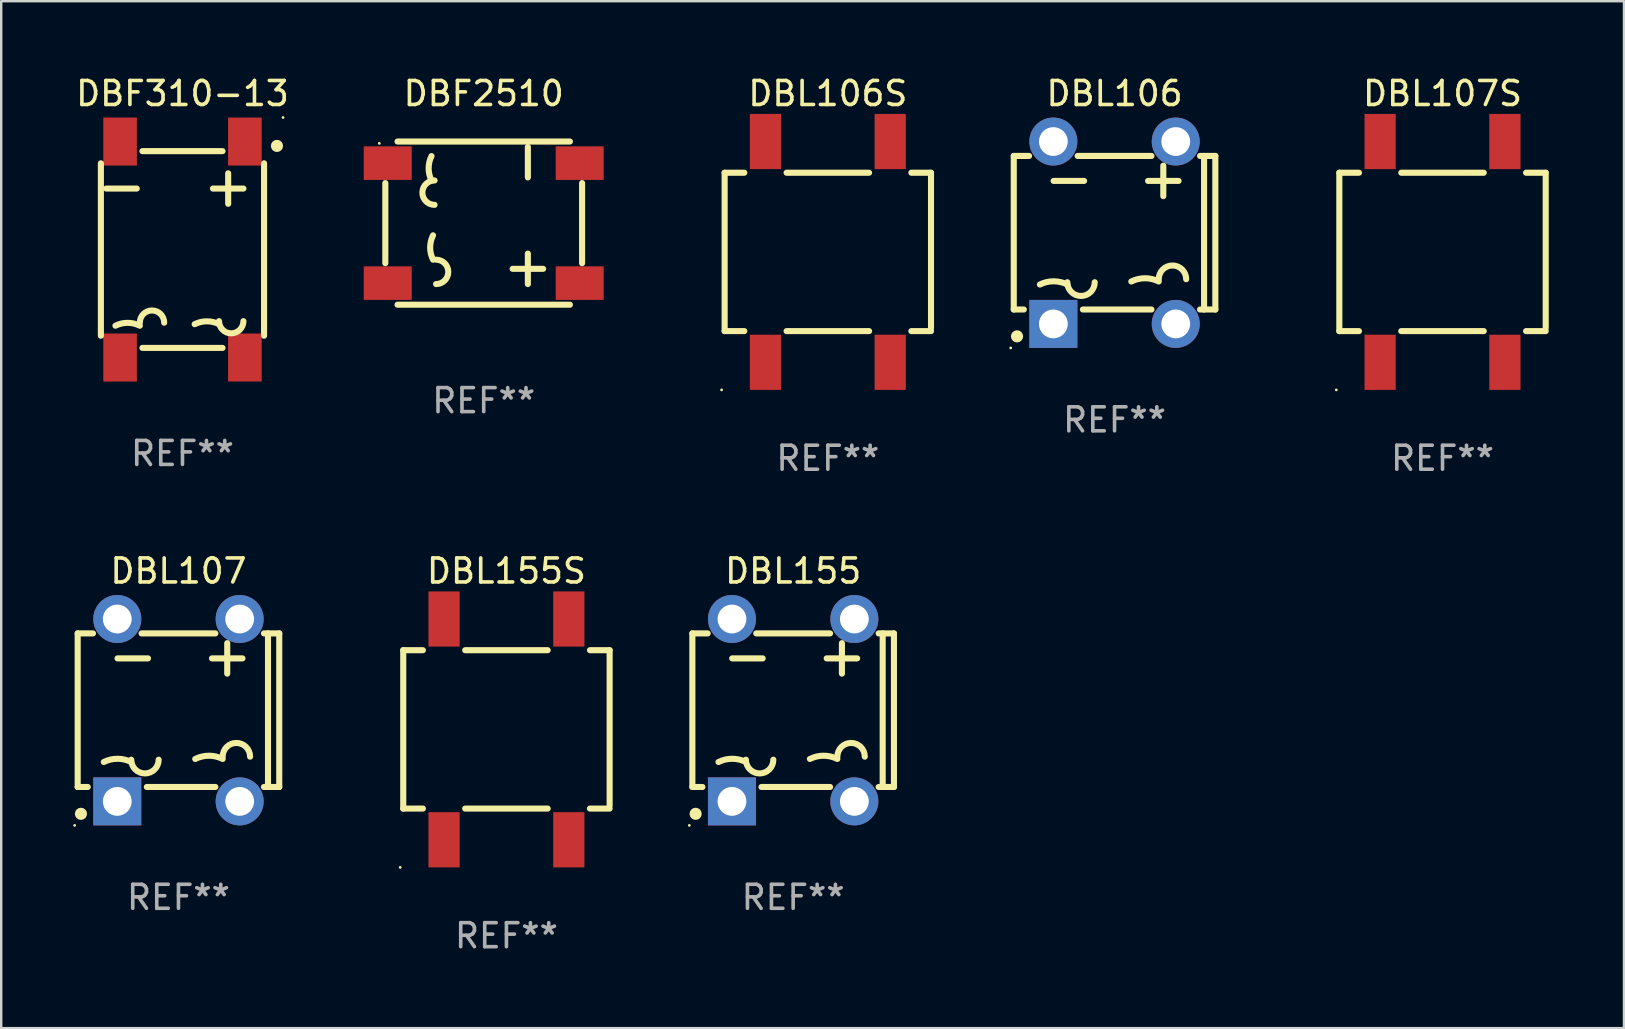
<source format=kicad_pcb>
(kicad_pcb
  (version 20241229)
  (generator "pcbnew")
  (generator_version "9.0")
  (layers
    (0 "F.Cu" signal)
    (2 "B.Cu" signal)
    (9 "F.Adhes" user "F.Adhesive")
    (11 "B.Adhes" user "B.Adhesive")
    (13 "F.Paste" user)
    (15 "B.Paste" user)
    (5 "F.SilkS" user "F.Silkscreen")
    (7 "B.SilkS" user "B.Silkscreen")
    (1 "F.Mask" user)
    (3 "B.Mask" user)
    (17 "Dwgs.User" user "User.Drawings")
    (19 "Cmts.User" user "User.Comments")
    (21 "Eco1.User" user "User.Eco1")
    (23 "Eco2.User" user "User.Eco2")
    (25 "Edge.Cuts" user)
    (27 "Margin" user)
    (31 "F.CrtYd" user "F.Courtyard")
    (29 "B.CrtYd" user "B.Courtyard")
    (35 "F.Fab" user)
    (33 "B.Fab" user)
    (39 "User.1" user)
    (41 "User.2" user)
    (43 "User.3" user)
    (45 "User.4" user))
  (footprint "DBF310-13"
    (layer "F.Cu")
    (at 4.554 7.348)
    (property "Reference" "DBF310-13" (at 0 -6.5 0) (layer "F.SilkS") (effects (font (size 1 1) (thickness 0.15))))
    (attr through_hole)
    (fp_line (start -3.4 3.592) (end -3.4 -3.592) (stroke (width 0.254) (type solid)) (layer "F.SilkS"))
    (fp_line (start -3.175 -2.54) (end -1.905 -2.54) (stroke (width 0.254) (type solid)) (layer "F.SilkS"))
    (fp_line (start -1.669 -4.1) (end 1.669 -4.1) (stroke (width 0.254) (type solid)) (layer "F.SilkS"))
    (fp_line (start -1.669 4.1) (end 1.669 4.1) (stroke (width 0.254) (type solid)) (layer "F.SilkS"))
    (fp_line (start 1.27 -2.54) (end 2.54 -2.54) (stroke (width 0.254) (type solid)) (layer "F.SilkS"))
    (fp_line (start 1.905 -1.905) (end 1.905 -3.175) (stroke (width 0.254) (type solid)) (layer "F.SilkS"))
    (fp_line (start 3.4 3.592) (end 3.4 -3.592) (stroke (width 0.254) (type solid)) (layer "F.SilkS"))
    (fp_arc (start -2.794006 3.175006) (mid -2.286005 3.055083) (end -1.778004 3.175006) (stroke (width 0.254001) (type solid)) (layer "F.SilkS"))
    (fp_arc (start -1.778004 3.048006) (mid -1.270003 2.540005) (end -0.762002 3.048006) (stroke (width 0.254001) (type solid)) (layer "F.SilkS"))
    (fp_arc (start 0.508001 3.111506) (mid 1.016002 2.991583) (end 1.524003 3.111506) (stroke (width 0.254001) (type solid)) (layer "F.SilkS"))
    (fp_arc (start 2.540005 2.984506) (mid 2.032004 3.492507) (end 1.524003 2.984506) (stroke (width 0.254001) (type solid)) (layer "F.SilkS"))
    (fp_circle (center 3.937 -4.318) (end 4.064 -4.318) (stroke (width 0.254) (type solid)) (fill no) (layer "F.SilkS"))
    (fp_circle (center 4.191 -5.5) (end 4.221 -5.5) (stroke (width 0.06) (type solid)) (fill no) (layer "F.SilkS"))
    (fp_text user "REF**" (at 0 8.5 0) (layer "F.Fab") (effects (font (size 1 1) (thickness 0.15))))
    (pad "1" smd rect (at 2.6 -4.5 90) (size 2 1.4) (layers "F.Cu" "F.Mask" "F.Paste"))
    (pad "2" smd rect (at 2.6 4.5 90) (size 2 1.4) (layers "F.Cu" "F.Mask" "F.Paste"))
    (pad "3" smd rect (at -2.6 -4.5 90) (size 2 1.4) (layers "F.Cu" "F.Mask" "F.Paste"))
    (pad "4" smd rect (at -2.6 4.5 90) (size 2 1.4) (layers "F.Cu" "F.Mask" "F.Paste")))
  (footprint "DBL107"
    (layer "F.Cu")
    (at 4.387 26.545)
    (property "Reference" "DBL107" (at 0 -5.8 0) (layer "F.SilkS") (effects (font (size 1 1) (thickness 0.15))))
    (attr through_hole)
    (fp_line (start -4.2 -3.2) (end -4.2 3.2) (stroke (width 0.254) (type solid)) (layer "F.SilkS"))
    (fp_line (start -4.2 -3.2) (end -3.562 -3.2) (stroke (width 0.254) (type solid)) (layer "F.SilkS"))
    (fp_line (start -4.2 3.2) (end -3.781 3.2) (stroke (width 0.254) (type solid)) (layer "F.SilkS"))
    (fp_line (start -2.54 -2.159) (end -1.27 -2.159) (stroke (width 0.254) (type solid)) (layer "F.SilkS"))
    (fp_line (start -1.538 -3.2) (end 1.538 -3.2) (stroke (width 0.254) (type solid)) (layer "F.SilkS"))
    (fp_line (start -1.319 3.2) (end 1.538 3.2) (stroke (width 0.254) (type solid)) (layer "F.SilkS"))
    (fp_line (start 1.397 -2.159) (end 2.667 -2.159) (stroke (width 0.254) (type solid)) (layer "F.SilkS"))
    (fp_line (start 2.032 -1.524) (end 2.032 -2.794) (stroke (width 0.254) (type solid)) (layer "F.SilkS"))
    (fp_line (start 3.562 3.2) (end 4.2 3.2) (stroke (width 0.254) (type solid)) (layer "F.SilkS"))
    (fp_line (start 3.562 -3.2) (end 4.2 -3.2) (stroke (width 0.254) (type solid)) (layer "F.SilkS"))
    (fp_line (start 3.731 -3.2) (end 3.731 3.2) (stroke (width 0.254) (type solid)) (layer "F.SilkS"))
    (fp_line (start 4.2 -3.2) (end 4.2 3.2) (stroke (width 0.254) (type solid)) (layer "F.SilkS"))
    (fp_arc (start -3.111506 2.158877) (mid -2.540005 2.023964) (end -1.968503 2.158877) (stroke (width 0.254001) (type solid)) (layer "F.SilkS"))
    (fp_arc (start -0.825502 2.063627) (mid -1.397003 2.635128) (end -1.968504 2.063627) (stroke (width 0.254001) (type solid)) (layer "F.SilkS"))
    (fp_arc (start 0.698501 2.031877) (mid 1.270002 1.896963) (end 1.841503 2.031876) (stroke (width 0.254001) (type solid)) (layer "F.SilkS"))
    (fp_arc (start 1.841504 1.936627) (mid 2.413005 1.365126) (end 2.984506 1.936627) (stroke (width 0.254001) (type solid)) (layer "F.SilkS"))
    (fp_circle (center -4.327 4.8) (end -4.297 4.8) (stroke (width 0.06) (type solid)) (fill no) (layer "F.SilkS"))
    (fp_circle (center -4.064 4.318) (end -3.937 4.318) (stroke (width 0.254) (type solid)) (fill no) (layer "F.SilkS"))
    (fp_text user "REF**" (at 0 7.8 0) (layer "F.Fab") (effects (font (size 1 1) (thickness 0.15))))
    (pad "1" thru_hole rect (at -2.55 3.8 90) (size 2 2) (drill 1.2) (layers "*.Cu" "*.Mask"))
    (pad "2" thru_hole circle (at 2.55 3.8) (size 2 2) (drill 1.2) (layers "*.Cu" "*.Mask"))
    (pad "3" thru_hole circle (at 2.55 -3.8) (size 2 2) (drill 1.2) (layers "*.Cu" "*.Mask"))
    (pad "4" thru_hole circle (at -2.55 -3.8) (size 2 2) (drill 1.2) (layers "*.Cu" "*.Mask")))
  (footprint "DBL106S"
    (layer "F.Cu")
    (at 31.447 7.448)
    (property "Reference" "DBL106S" (at 0 -6.6 0) (layer "F.SilkS") (effects (font (size 1 1) (thickness 0.15))))
    (attr through_hole)
    (fp_line (start -4.3 -3.3) (end -4.3 3.3) (stroke (width 0.254) (type solid)) (layer "F.SilkS"))
    (fp_line (start -4.3 -3.3) (end -3.481 -3.3) (stroke (width 0.254) (type solid)) (layer "F.SilkS"))
    (fp_line (start -4.3 3.3) (end -3.481 3.3) (stroke (width 0.254) (type solid)) (layer "F.SilkS"))
    (fp_line (start -1.719 -3.3) (end 1.719 -3.3) (stroke (width 0.254) (type solid)) (layer "F.SilkS"))
    (fp_line (start -1.719 3.3) (end 1.719 3.3) (stroke (width 0.254) (type solid)) (layer "F.SilkS"))
    (fp_line (start 3.481 -3.3) (end 4.3 -3.3) (stroke (width 0.254) (type solid)) (layer "F.SilkS"))
    (fp_line (start 3.481 3.3) (end 4.3 3.3) (stroke (width 0.254) (type solid)) (layer "F.SilkS"))
    (fp_line (start 4.3 -3.3) (end 4.3 3.175) (stroke (width 0.254) (type solid)) (layer "F.SilkS"))
    (fp_circle (center -4.427 5.75) (end -4.397 5.75) (stroke (width 0.06) (type solid)) (fill no) (layer "F.SilkS"))
    (fp_text user "&#126;" (at 1.651 2.741 0) (layer "B.Mask") (effects (font (size 1 1) (thickness 0.15))))
    (fp_text user "&#126;" (at -3.429 2.741 0) (layer "B.Mask") (effects (font (size 1 1) (thickness 0.15))))
    (fp_text user "-" (at -3.556 -1.092 0) (layer "B.Mask") (effects (font (size 1 1) (thickness 0.15))))
    (fp_text user "+" (at 2.032 -1.016 0) (layer "B.Mask") (effects (font (size 1 1) (thickness 0.15))))
    (fp_text user "REF**" (at 0 8.6 0) (layer "F.Fab") (effects (font (size 1 1) (thickness 0.15))))
    (pad "1" smd rect (at -2.6 4.6) (size 1.3 2.3) (layers "F.Cu" "F.Mask" "F.Paste"))
    (pad "2" smd rect (at 2.6 4.6) (size 1.3 2.3) (layers "F.Cu" "F.Mask" "F.Paste"))
    (pad "3" smd rect (at 2.6 -4.6) (size 1.3 2.3) (layers "F.Cu" "F.Mask" "F.Paste"))
    (pad "4" smd rect (at -2.6 -4.6) (size 1.3 2.3) (layers "F.Cu" "F.Mask" "F.Paste")))
  (footprint "DBL106"
    (layer "F.Cu")
    (at 43.395 6.648)
    (property "Reference" "DBL106" (at 0 -5.8 0) (layer "F.SilkS") (effects (font (size 1 1) (thickness 0.15))))
    (attr through_hole)
    (fp_line (start -4.2 -3.2) (end -4.2 3.2) (stroke (width 0.254) (type solid)) (layer "F.SilkS"))
    (fp_line (start -4.2 -3.2) (end -3.562 -3.2) (stroke (width 0.254) (type solid)) (layer "F.SilkS"))
    (fp_line (start -4.2 3.2) (end -3.781 3.2) (stroke (width 0.254) (type solid)) (layer "F.SilkS"))
    (fp_line (start -2.54 -2.159) (end -1.27 -2.159) (stroke (width 0.254) (type solid)) (layer "F.SilkS"))
    (fp_line (start -1.538 -3.2) (end 1.538 -3.2) (stroke (width 0.254) (type solid)) (layer "F.SilkS"))
    (fp_line (start -1.319 3.2) (end 1.538 3.2) (stroke (width 0.254) (type solid)) (layer "F.SilkS"))
    (fp_line (start 1.397 -2.159) (end 2.667 -2.159) (stroke (width 0.254) (type solid)) (layer "F.SilkS"))
    (fp_line (start 2.032 -1.524) (end 2.032 -2.794) (stroke (width 0.254) (type solid)) (layer "F.SilkS"))
    (fp_line (start 3.562 3.2) (end 4.2 3.2) (stroke (width 0.254) (type solid)) (layer "F.SilkS"))
    (fp_line (start 3.562 -3.2) (end 4.2 -3.2) (stroke (width 0.254) (type solid)) (layer "F.SilkS"))
    (fp_line (start 3.731 -3.2) (end 3.731 3.2) (stroke (width 0.254) (type solid)) (layer "F.SilkS"))
    (fp_line (start 4.2 -3.2) (end 4.2 3.2) (stroke (width 0.254) (type solid)) (layer "F.SilkS"))
    (fp_arc (start -3.111506 2.158877) (mid -2.540005 2.023964) (end -1.968503 2.158877) (stroke (width 0.254001) (type solid)) (layer "F.SilkS"))
    (fp_arc (start -0.825502 2.063627) (mid -1.397003 2.635128) (end -1.968504 2.063627) (stroke (width 0.254001) (type solid)) (layer "F.SilkS"))
    (fp_arc (start 0.698501 2.031877) (mid 1.270002 1.896963) (end 1.841503 2.031876) (stroke (width 0.254001) (type solid)) (layer "F.SilkS"))
    (fp_arc (start 1.841504 1.936627) (mid 2.413005 1.365126) (end 2.984506 1.936627) (stroke (width 0.254001) (type solid)) (layer "F.SilkS"))
    (fp_circle (center -4.327 4.8) (end -4.297 4.8) (stroke (width 0.06) (type solid)) (fill no) (layer "F.SilkS"))
    (fp_circle (center -4.064 4.318) (end -3.937 4.318) (stroke (width 0.254) (type solid)) (fill no) (layer "F.SilkS"))
    (fp_text user "REF**" (at 0 7.8 0) (layer "F.Fab") (effects (font (size 1 1) (thickness 0.15))))
    (pad "1" thru_hole rect (at -2.55 3.8 90) (size 2 2) (drill 1.2) (layers "*.Cu" "*.Mask"))
    (pad "2" thru_hole circle (at 2.55 3.8) (size 2 2) (drill 1.2) (layers "*.Cu" "*.Mask"))
    (pad "3" thru_hole circle (at 2.55 -3.8) (size 2 2) (drill 1.2) (layers "*.Cu" "*.Mask"))
    (pad "4" thru_hole circle (at -2.55 -3.8) (size 2 2) (drill 1.2) (layers "*.Cu" "*.Mask")))
  (footprint "DBL155"
    (layer "F.Cu")
    (at 30.002 26.545)
    (property "Reference" "DBL155" (at 0 -5.8 0) (layer "F.SilkS") (effects (font (size 1 1) (thickness 0.15))))
    (attr through_hole)
    (fp_line (start -4.2 -3.2) (end -4.2 3.2) (stroke (width 0.254) (type solid)) (layer "F.SilkS"))
    (fp_line (start -4.2 -3.2) (end -3.562 -3.2) (stroke (width 0.254) (type solid)) (layer "F.SilkS"))
    (fp_line (start -4.2 3.2) (end -3.781 3.2) (stroke (width 0.254) (type solid)) (layer "F.SilkS"))
    (fp_line (start -2.54 -2.159) (end -1.27 -2.159) (stroke (width 0.254) (type solid)) (layer "F.SilkS"))
    (fp_line (start -1.538 -3.2) (end 1.538 -3.2) (stroke (width 0.254) (type solid)) (layer "F.SilkS"))
    (fp_line (start -1.319 3.2) (end 1.538 3.2) (stroke (width 0.254) (type solid)) (layer "F.SilkS"))
    (fp_line (start 1.397 -2.159) (end 2.667 -2.159) (stroke (width 0.254) (type solid)) (layer "F.SilkS"))
    (fp_line (start 2.032 -1.524) (end 2.032 -2.794) (stroke (width 0.254) (type solid)) (layer "F.SilkS"))
    (fp_line (start 3.562 3.2) (end 4.2 3.2) (stroke (width 0.254) (type solid)) (layer "F.SilkS"))
    (fp_line (start 3.562 -3.2) (end 4.2 -3.2) (stroke (width 0.254) (type solid)) (layer "F.SilkS"))
    (fp_line (start 3.731 -3.2) (end 3.731 3.2) (stroke (width 0.254) (type solid)) (layer "F.SilkS"))
    (fp_line (start 4.2 -3.2) (end 4.2 3.2) (stroke (width 0.254) (type solid)) (layer "F.SilkS"))
    (fp_arc (start -3.111506 2.158877) (mid -2.540005 2.023964) (end -1.968503 2.158877) (stroke (width 0.254001) (type solid)) (layer "F.SilkS"))
    (fp_arc (start -0.825502 2.063627) (mid -1.397003 2.635128) (end -1.968504 2.063627) (stroke (width 0.254001) (type solid)) (layer "F.SilkS"))
    (fp_arc (start 0.698501 2.031877) (mid 1.270002 1.896963) (end 1.841503 2.031876) (stroke (width 0.254001) (type solid)) (layer "F.SilkS"))
    (fp_arc (start 1.841504 1.936627) (mid 2.413005 1.365126) (end 2.984506 1.936627) (stroke (width 0.254001) (type solid)) (layer "F.SilkS"))
    (fp_circle (center -4.327 4.8) (end -4.297 4.8) (stroke (width 0.06) (type solid)) (fill no) (layer "F.SilkS"))
    (fp_circle (center -4.064 4.318) (end -3.937 4.318) (stroke (width 0.254) (type solid)) (fill no) (layer "F.SilkS"))
    (fp_text user "REF**" (at 0 7.8 0) (layer "F.Fab") (effects (font (size 1 1) (thickness 0.15))))
    (pad "1" thru_hole rect (at -2.55 3.8 90) (size 2 2) (drill 1.2) (layers "*.Cu" "*.Mask"))
    (pad "2" thru_hole circle (at 2.55 3.8) (size 2 2) (drill 1.2) (layers "*.Cu" "*.Mask"))
    (pad "3" thru_hole circle (at 2.55 -3.8) (size 2 2) (drill 1.2) (layers "*.Cu" "*.Mask"))
    (pad "4" thru_hole circle (at -2.55 -3.8) (size 2 2) (drill 1.2) (layers "*.Cu" "*.Mask")))
  (footprint "DBL107S"
    (layer "F.Cu")
    (at 57.062 7.448)
    (property "Reference" "DBL107S" (at 0 -6.6 0) (layer "F.SilkS") (effects (font (size 1 1) (thickness 0.15))))
    (attr through_hole)
    (fp_line (start -4.3 -3.3) (end -4.3 3.3) (stroke (width 0.254) (type solid)) (layer "F.SilkS"))
    (fp_line (start -4.3 -3.3) (end -3.481 -3.3) (stroke (width 0.254) (type solid)) (layer "F.SilkS"))
    (fp_line (start -4.3 3.3) (end -3.481 3.3) (stroke (width 0.254) (type solid)) (layer "F.SilkS"))
    (fp_line (start -1.719 -3.3) (end 1.719 -3.3) (stroke (width 0.254) (type solid)) (layer "F.SilkS"))
    (fp_line (start -1.719 3.3) (end 1.719 3.3) (stroke (width 0.254) (type solid)) (layer "F.SilkS"))
    (fp_line (start 3.481 -3.3) (end 4.3 -3.3) (stroke (width 0.254) (type solid)) (layer "F.SilkS"))
    (fp_line (start 3.481 3.3) (end 4.3 3.3) (stroke (width 0.254) (type solid)) (layer "F.SilkS"))
    (fp_line (start 4.3 -3.3) (end 4.3 3.175) (stroke (width 0.254) (type solid)) (layer "F.SilkS"))
    (fp_circle (center -4.427 5.75) (end -4.397 5.75) (stroke (width 0.06) (type solid)) (fill no) (layer "F.SilkS"))
    (fp_text user "&#126;" (at 1.651 2.741 0) (layer "B.Mask") (effects (font (size 1 1) (thickness 0.15))))
    (fp_text user "+" (at 2.032 -1.016 0) (layer "B.Mask") (effects (font (size 1 1) (thickness 0.15))))
    (fp_text user "&#126;" (at -3.429 2.741 0) (layer "B.Mask") (effects (font (size 1 1) (thickness 0.15))))
    (fp_text user "-" (at -3.556 -1.092 0) (layer "B.Mask") (effects (font (size 1 1) (thickness 0.15))))
    (fp_text user "REF**" (at 0 8.6 0) (layer "F.Fab") (effects (font (size 1 1) (thickness 0.15))))
    (pad "1" smd rect (at -2.6 4.6) (size 1.3 2.3) (layers "F.Cu" "F.Mask" "F.Paste"))
    (pad "2" smd rect (at 2.6 4.6) (size 1.3 2.3) (layers "F.Cu" "F.Mask" "F.Paste"))
    (pad "3" smd rect (at 2.6 -4.6) (size 1.3 2.3) (layers "F.Cu" "F.Mask" "F.Paste"))
    (pad "4" smd rect (at -2.6 -4.6) (size 1.3 2.3) (layers "F.Cu" "F.Mask" "F.Paste")))
  (footprint "DBL155S"
    (layer "F.Cu")
    (at 18.054 27.345)
    (property "Reference" "DBL155S" (at 0 -6.6 0) (layer "F.SilkS") (effects (font (size 1 1) (thickness 0.15))))
    (attr through_hole)
    (fp_line (start -4.3 -3.3) (end -4.3 3.3) (stroke (width 0.254) (type solid)) (layer "F.SilkS"))
    (fp_line (start -4.3 -3.3) (end -3.481 -3.3) (stroke (width 0.254) (type solid)) (layer "F.SilkS"))
    (fp_line (start -4.3 3.3) (end -3.481 3.3) (stroke (width 0.254) (type solid)) (layer "F.SilkS"))
    (fp_line (start -1.719 -3.3) (end 1.719 -3.3) (stroke (width 0.254) (type solid)) (layer "F.SilkS"))
    (fp_line (start -1.719 3.3) (end 1.719 3.3) (stroke (width 0.254) (type solid)) (layer "F.SilkS"))
    (fp_line (start 3.481 -3.3) (end 4.3 -3.3) (stroke (width 0.254) (type solid)) (layer "F.SilkS"))
    (fp_line (start 3.481 3.3) (end 4.3 3.3) (stroke (width 0.254) (type solid)) (layer "F.SilkS"))
    (fp_line (start 4.3 -3.3) (end 4.3 3.175) (stroke (width 0.254) (type solid)) (layer "F.SilkS"))
    (fp_circle (center -4.427 5.75) (end -4.397 5.75) (stroke (width 0.06) (type solid)) (fill no) (layer "F.SilkS"))
    (fp_text user "+" (at 2.032 -1.016 0) (layer "B.Mask") (effects (font (size 1 1) (thickness 0.15))))
    (fp_text user "-" (at -3.556 -1.092 0) (layer "B.Mask") (effects (font (size 1 1) (thickness 0.15))))
    (fp_text user "&#126;" (at -3.429 2.741 0) (layer "B.Mask") (effects (font (size 1 1) (thickness 0.15))))
    (fp_text user "&#126;" (at 1.651 2.741 0) (layer "B.Mask") (effects (font (size 1 1) (thickness 0.15))))
    (fp_text user "REF**" (at 0 8.6 0) (layer "F.Fab") (effects (font (size 1 1) (thickness 0.15))))
    (pad "1" smd rect (at -2.6 4.6) (size 1.3 2.3) (layers "F.Cu" "F.Mask" "F.Paste"))
    (pad "2" smd rect (at 2.6 4.6) (size 1.3 2.3) (layers "F.Cu" "F.Mask" "F.Paste"))
    (pad "3" smd rect (at 2.6 -4.6) (size 1.3 2.3) (layers "F.Cu" "F.Mask" "F.Paste"))
    (pad "4" smd rect (at -2.6 -4.6) (size 1.3 2.3) (layers "F.Cu" "F.Mask" "F.Paste")))
  (footprint "DBF2510"
    (layer "F.Cu")
    (at 17.107 6.248)
    (property "Reference" "DBF2510" (at 0 -5.4 0) (layer "F.SilkS") (effects (font (size 1 1) (thickness 0.15))))
    (attr through_hole)
    (fp_line (start -4.1 -1.669) (end -4.1 1.669) (stroke (width 0.254) (type solid)) (layer "F.SilkS"))
    (fp_line (start -3.592 3.4) (end 3.592 3.4) (stroke (width 0.254) (type solid)) (layer "F.SilkS"))
    (fp_line (start -3.592 -3.4) (end 3.592 -3.4) (stroke (width 0.254) (type solid)) (layer "F.SilkS"))
    (fp_line (start 1.205 1.905) (end 2.475 1.905) (stroke (width 0.254) (type solid)) (layer "F.SilkS"))
    (fp_line (start 1.84 -3.175) (end 1.84 -1.905) (stroke (width 0.254) (type solid)) (layer "F.SilkS"))
    (fp_line (start 1.84 1.27) (end 1.84 2.54) (stroke (width 0.254) (type solid)) (layer "F.SilkS"))
    (fp_line (start 4.1 -1.669) (end 4.1 1.669) (stroke (width 0.254) (type solid)) (layer "F.SilkS"))
    (fp_arc (start -2.175006 -1.778016) (mid -2.294929 -2.286017) (end -2.175006 -2.794018) (stroke (width 0.254001) (type solid)) (layer "F.SilkS"))
    (fp_arc (start -2.111506 1.52399) (mid -2.231429 1.015989) (end -2.111506 0.507988) (stroke (width 0.254001) (type solid)) (layer "F.SilkS"))
    (fp_arc (start -2.048006 -0.762014) (mid -2.556007 -1.270015) (end -2.048006 -1.778016) (stroke (width 0.254001) (type solid)) (layer "F.SilkS"))
    (fp_arc (start -1.984506 1.52399) (mid -1.476505 2.031991) (end -1.984506 2.539992) (stroke (width 0.254001) (type solid)) (layer "F.SilkS"))
    (fp_circle (center -4.35 -3.325) (end -4.32 -3.325) (stroke (width 0.06) (type solid)) (fill no) (layer "F.SilkS"))
    (fp_text user "REF**" (at 0 7.4 0) (layer "F.Fab") (effects (font (size 1 1) (thickness 0.15))))
    (pad "1" smd rect (at -4 -2.5) (size 2 1.4) (layers "F.Cu" "F.Mask" "F.Paste"))
    (pad "2" smd rect (at -4 2.5) (size 2 1.4) (layers "F.Cu" "F.Mask" "F.Paste"))
    (pad "3" smd rect (at 4 2.5) (size 2 1.4) (layers "F.Cu" "F.Mask" "F.Paste"))
    (pad "4" smd rect (at 4 -2.5) (size 2 1.4) (layers "F.Cu" "F.Mask" "F.Paste")))
  (gr_rect
    (start -3 -3)
    (end 64.624 39.793)
    (stroke (width 0.1) (type default))
    (fill no)
    (layer "Edge.Cuts")))
</source>
